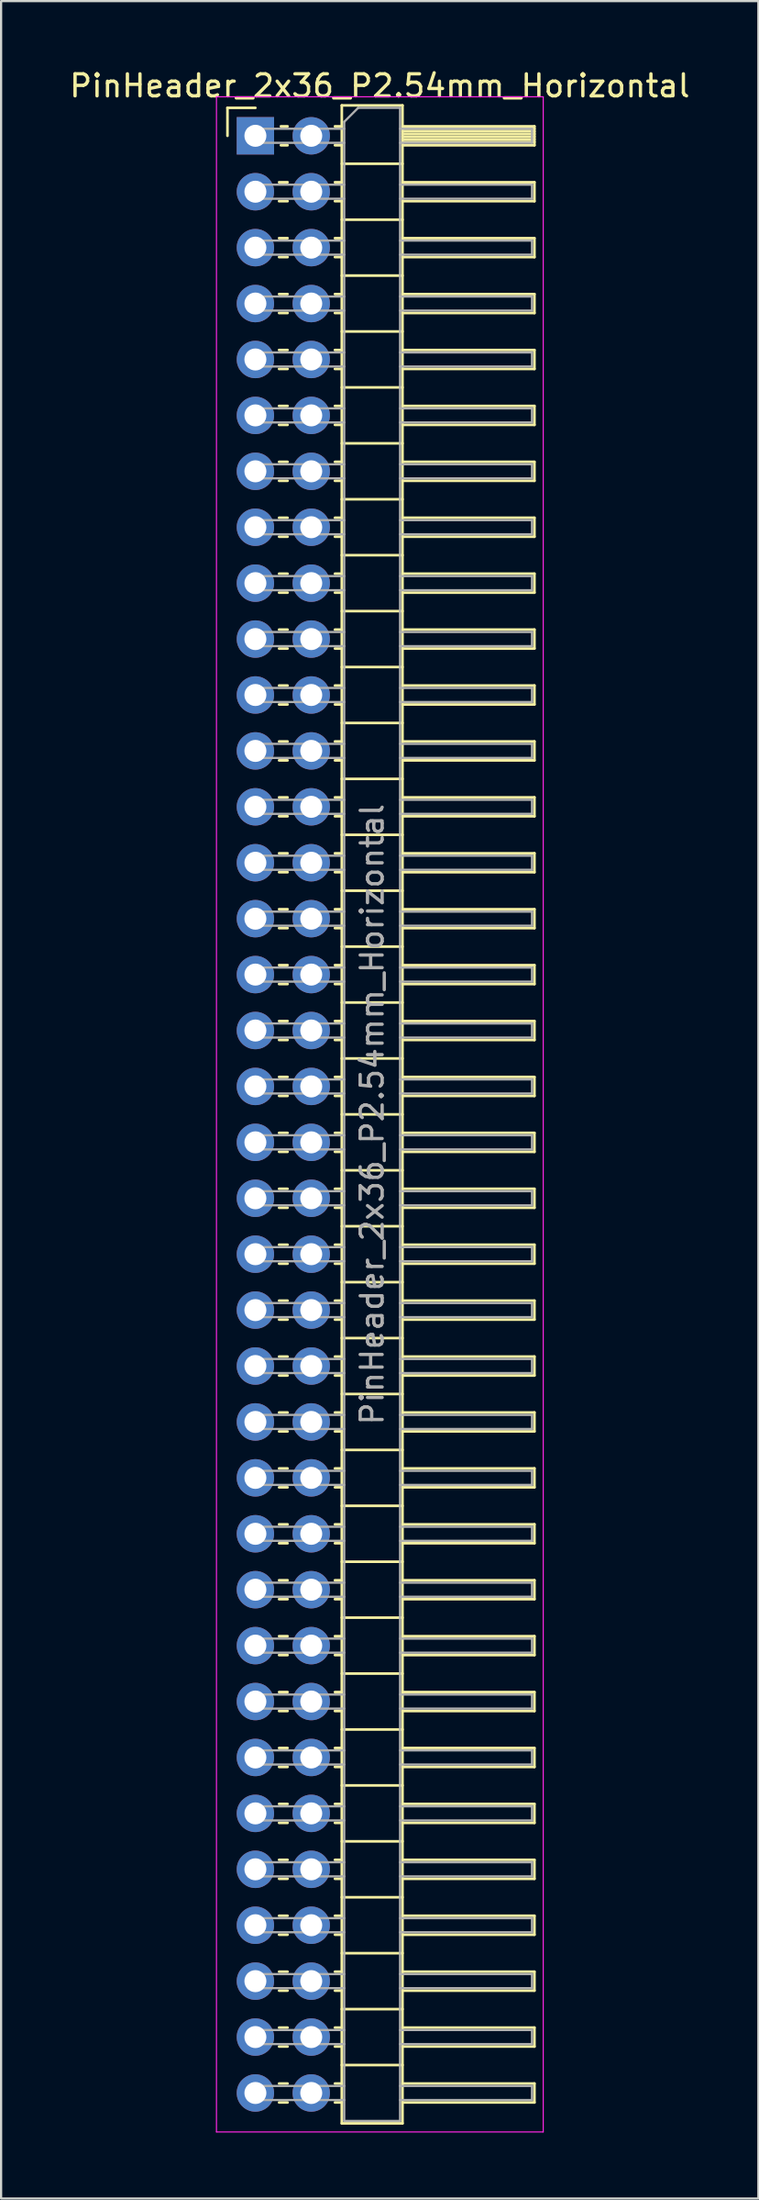
<source format=kicad_pcb>
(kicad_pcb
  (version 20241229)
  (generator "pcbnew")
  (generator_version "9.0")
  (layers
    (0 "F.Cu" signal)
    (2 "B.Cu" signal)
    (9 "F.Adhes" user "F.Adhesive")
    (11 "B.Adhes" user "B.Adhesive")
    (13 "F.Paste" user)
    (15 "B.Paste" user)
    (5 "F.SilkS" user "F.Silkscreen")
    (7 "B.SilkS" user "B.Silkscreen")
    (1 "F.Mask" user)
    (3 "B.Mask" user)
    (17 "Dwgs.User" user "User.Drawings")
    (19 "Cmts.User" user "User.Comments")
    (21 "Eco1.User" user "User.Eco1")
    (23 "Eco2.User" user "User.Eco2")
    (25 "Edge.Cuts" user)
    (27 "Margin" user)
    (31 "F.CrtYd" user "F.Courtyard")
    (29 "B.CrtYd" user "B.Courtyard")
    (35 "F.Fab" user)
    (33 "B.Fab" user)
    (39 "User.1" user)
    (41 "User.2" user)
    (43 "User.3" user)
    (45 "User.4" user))
  (footprint "PinHeader_2x36_P2.54mm_Horizontal"
    (layer "F.Cu")
    (at 8.565 3.118)
    (property "Reference" "PinHeader_2x36_P2.54mm_Horizontal" (at 5.655 -2.27 0) (layer "F.SilkS") (effects (font (size 1 1) (thickness 0.15))))
    (attr through_hole)
    (fp_line (start -1.27 -1.27) (end 0 -1.27) (stroke (width 0.12) (type solid)) (layer "F.SilkS"))
    (fp_line (start -1.27 0) (end -1.27 -1.27) (stroke (width 0.12) (type solid)) (layer "F.SilkS"))
    (fp_line (start 1.077 2.11) (end 1.463 2.11) (stroke (width 0.12) (type solid)) (layer "F.SilkS"))
    (fp_line (start 1.077 2.97) (end 1.463 2.97) (stroke (width 0.12) (type solid)) (layer "F.SilkS"))
    (fp_line (start 1.077 4.65) (end 1.463 4.65) (stroke (width 0.12) (type solid)) (layer "F.SilkS"))
    (fp_line (start 1.077 5.51) (end 1.463 5.51) (stroke (width 0.12) (type solid)) (layer "F.SilkS"))
    (fp_line (start 1.077 7.19) (end 1.463 7.19) (stroke (width 0.12) (type solid)) (layer "F.SilkS"))
    (fp_line (start 1.077 8.05) (end 1.463 8.05) (stroke (width 0.12) (type solid)) (layer "F.SilkS"))
    (fp_line (start 1.077 9.73) (end 1.463 9.73) (stroke (width 0.12) (type solid)) (layer "F.SilkS"))
    (fp_line (start 1.077 10.59) (end 1.463 10.59) (stroke (width 0.12) (type solid)) (layer "F.SilkS"))
    (fp_line (start 1.077 12.27) (end 1.463 12.27) (stroke (width 0.12) (type solid)) (layer "F.SilkS"))
    (fp_line (start 1.077 13.13) (end 1.463 13.13) (stroke (width 0.12) (type solid)) (layer "F.SilkS"))
    (fp_line (start 1.077 14.81) (end 1.463 14.81) (stroke (width 0.12) (type solid)) (layer "F.SilkS"))
    (fp_line (start 1.077 15.67) (end 1.463 15.67) (stroke (width 0.12) (type solid)) (layer "F.SilkS"))
    (fp_line (start 1.077 17.35) (end 1.463 17.35) (stroke (width 0.12) (type solid)) (layer "F.SilkS"))
    (fp_line (start 1.077 18.21) (end 1.463 18.21) (stroke (width 0.12) (type solid)) (layer "F.SilkS"))
    (fp_line (start 1.077 19.89) (end 1.463 19.89) (stroke (width 0.12) (type solid)) (layer "F.SilkS"))
    (fp_line (start 1.077 20.75) (end 1.463 20.75) (stroke (width 0.12) (type solid)) (layer "F.SilkS"))
    (fp_line (start 1.077 22.43) (end 1.463 22.43) (stroke (width 0.12) (type solid)) (layer "F.SilkS"))
    (fp_line (start 1.077 23.29) (end 1.463 23.29) (stroke (width 0.12) (type solid)) (layer "F.SilkS"))
    (fp_line (start 1.077 24.97) (end 1.463 24.97) (stroke (width 0.12) (type solid)) (layer "F.SilkS"))
    (fp_line (start 1.077 25.83) (end 1.463 25.83) (stroke (width 0.12) (type solid)) (layer "F.SilkS"))
    (fp_line (start 1.077 27.51) (end 1.463 27.51) (stroke (width 0.12) (type solid)) (layer "F.SilkS"))
    (fp_line (start 1.077 28.37) (end 1.463 28.37) (stroke (width 0.12) (type solid)) (layer "F.SilkS"))
    (fp_line (start 1.077 30.05) (end 1.463 30.05) (stroke (width 0.12) (type solid)) (layer "F.SilkS"))
    (fp_line (start 1.077 30.91) (end 1.463 30.91) (stroke (width 0.12) (type solid)) (layer "F.SilkS"))
    (fp_line (start 1.077 32.59) (end 1.463 32.59) (stroke (width 0.12) (type solid)) (layer "F.SilkS"))
    (fp_line (start 1.077 33.45) (end 1.463 33.45) (stroke (width 0.12) (type solid)) (layer "F.SilkS"))
    (fp_line (start 1.077 35.13) (end 1.463 35.13) (stroke (width 0.12) (type solid)) (layer "F.SilkS"))
    (fp_line (start 1.077 35.99) (end 1.463 35.99) (stroke (width 0.12) (type solid)) (layer "F.SilkS"))
    (fp_line (start 1.077 37.67) (end 1.463 37.67) (stroke (width 0.12) (type solid)) (layer "F.SilkS"))
    (fp_line (start 1.077 38.53) (end 1.463 38.53) (stroke (width 0.12) (type solid)) (layer "F.SilkS"))
    (fp_line (start 1.077 40.21) (end 1.463 40.21) (stroke (width 0.12) (type solid)) (layer "F.SilkS"))
    (fp_line (start 1.077 41.07) (end 1.463 41.07) (stroke (width 0.12) (type solid)) (layer "F.SilkS"))
    (fp_line (start 1.077 42.75) (end 1.463 42.75) (stroke (width 0.12) (type solid)) (layer "F.SilkS"))
    (fp_line (start 1.077 43.61) (end 1.463 43.61) (stroke (width 0.12) (type solid)) (layer "F.SilkS"))
    (fp_line (start 1.077 45.29) (end 1.463 45.29) (stroke (width 0.12) (type solid)) (layer "F.SilkS"))
    (fp_line (start 1.077 46.15) (end 1.463 46.15) (stroke (width 0.12) (type solid)) (layer "F.SilkS"))
    (fp_line (start 1.077 47.83) (end 1.463 47.83) (stroke (width 0.12) (type solid)) (layer "F.SilkS"))
    (fp_line (start 1.077 48.69) (end 1.463 48.69) (stroke (width 0.12) (type solid)) (layer "F.SilkS"))
    (fp_line (start 1.077 50.37) (end 1.463 50.37) (stroke (width 0.12) (type solid)) (layer "F.SilkS"))
    (fp_line (start 1.077 51.23) (end 1.463 51.23) (stroke (width 0.12) (type solid)) (layer "F.SilkS"))
    (fp_line (start 1.077 52.91) (end 1.463 52.91) (stroke (width 0.12) (type solid)) (layer "F.SilkS"))
    (fp_line (start 1.077 53.77) (end 1.463 53.77) (stroke (width 0.12) (type solid)) (layer "F.SilkS"))
    (fp_line (start 1.077 55.45) (end 1.463 55.45) (stroke (width 0.12) (type solid)) (layer "F.SilkS"))
    (fp_line (start 1.077 56.31) (end 1.463 56.31) (stroke (width 0.12) (type solid)) (layer "F.SilkS"))
    (fp_line (start 1.077 57.99) (end 1.463 57.99) (stroke (width 0.12) (type solid)) (layer "F.SilkS"))
    (fp_line (start 1.077 58.85) (end 1.463 58.85) (stroke (width 0.12) (type solid)) (layer "F.SilkS"))
    (fp_line (start 1.077 60.53) (end 1.463 60.53) (stroke (width 0.12) (type solid)) (layer "F.SilkS"))
    (fp_line (start 1.077 61.39) (end 1.463 61.39) (stroke (width 0.12) (type solid)) (layer "F.SilkS"))
    (fp_line (start 1.077 63.07) (end 1.463 63.07) (stroke (width 0.12) (type solid)) (layer "F.SilkS"))
    (fp_line (start 1.077 63.93) (end 1.463 63.93) (stroke (width 0.12) (type solid)) (layer "F.SilkS"))
    (fp_line (start 1.077 65.61) (end 1.463 65.61) (stroke (width 0.12) (type solid)) (layer "F.SilkS"))
    (fp_line (start 1.077 66.47) (end 1.463 66.47) (stroke (width 0.12) (type solid)) (layer "F.SilkS"))
    (fp_line (start 1.077 68.15) (end 1.463 68.15) (stroke (width 0.12) (type solid)) (layer "F.SilkS"))
    (fp_line (start 1.077 69.01) (end 1.463 69.01) (stroke (width 0.12) (type solid)) (layer "F.SilkS"))
    (fp_line (start 1.077 70.69) (end 1.463 70.69) (stroke (width 0.12) (type solid)) (layer "F.SilkS"))
    (fp_line (start 1.077 71.55) (end 1.463 71.55) (stroke (width 0.12) (type solid)) (layer "F.SilkS"))
    (fp_line (start 1.077 73.23) (end 1.463 73.23) (stroke (width 0.12) (type solid)) (layer "F.SilkS"))
    (fp_line (start 1.077 74.09) (end 1.463 74.09) (stroke (width 0.12) (type solid)) (layer "F.SilkS"))
    (fp_line (start 1.077 75.77) (end 1.463 75.77) (stroke (width 0.12) (type solid)) (layer "F.SilkS"))
    (fp_line (start 1.077 76.63) (end 1.463 76.63) (stroke (width 0.12) (type solid)) (layer "F.SilkS"))
    (fp_line (start 1.077 78.31) (end 1.463 78.31) (stroke (width 0.12) (type solid)) (layer "F.SilkS"))
    (fp_line (start 1.077 79.17) (end 1.463 79.17) (stroke (width 0.12) (type solid)) (layer "F.SilkS"))
    (fp_line (start 1.077 80.85) (end 1.463 80.85) (stroke (width 0.12) (type solid)) (layer "F.SilkS"))
    (fp_line (start 1.077 81.71) (end 1.463 81.71) (stroke (width 0.12) (type solid)) (layer "F.SilkS"))
    (fp_line (start 1.077 83.39) (end 1.463 83.39) (stroke (width 0.12) (type solid)) (layer "F.SilkS"))
    (fp_line (start 1.077 84.25) (end 1.463 84.25) (stroke (width 0.12) (type solid)) (layer "F.SilkS"))
    (fp_line (start 1.077 85.93) (end 1.463 85.93) (stroke (width 0.12) (type solid)) (layer "F.SilkS"))
    (fp_line (start 1.077 86.79) (end 1.463 86.79) (stroke (width 0.12) (type solid)) (layer "F.SilkS"))
    (fp_line (start 1.077 88.47) (end 1.463 88.47) (stroke (width 0.12) (type solid)) (layer "F.SilkS"))
    (fp_line (start 1.077 89.33) (end 1.463 89.33) (stroke (width 0.12) (type solid)) (layer "F.SilkS"))
    (fp_line (start 1.16 -0.43) (end 1.463 -0.43) (stroke (width 0.12) (type solid)) (layer "F.SilkS"))
    (fp_line (start 1.16 0.43) (end 1.463 0.43) (stroke (width 0.12) (type solid)) (layer "F.SilkS"))
    (fp_line (start 3.617 -0.43) (end 3.93 -0.43) (stroke (width 0.12) (type solid)) (layer "F.SilkS"))
    (fp_line (start 3.617 0.43) (end 3.93 0.43) (stroke (width 0.12) (type solid)) (layer "F.SilkS"))
    (fp_line (start 3.617 2.11) (end 3.93 2.11) (stroke (width 0.12) (type solid)) (layer "F.SilkS"))
    (fp_line (start 3.617 2.97) (end 3.93 2.97) (stroke (width 0.12) (type solid)) (layer "F.SilkS"))
    (fp_line (start 3.617 4.65) (end 3.93 4.65) (stroke (width 0.12) (type solid)) (layer "F.SilkS"))
    (fp_line (start 3.617 5.51) (end 3.93 5.51) (stroke (width 0.12) (type solid)) (layer "F.SilkS"))
    (fp_line (start 3.617 7.19) (end 3.93 7.19) (stroke (width 0.12) (type solid)) (layer "F.SilkS"))
    (fp_line (start 3.617 8.05) (end 3.93 8.05) (stroke (width 0.12) (type solid)) (layer "F.SilkS"))
    (fp_line (start 3.617 9.73) (end 3.93 9.73) (stroke (width 0.12) (type solid)) (layer "F.SilkS"))
    (fp_line (start 3.617 10.59) (end 3.93 10.59) (stroke (width 0.12) (type solid)) (layer "F.SilkS"))
    (fp_line (start 3.617 12.27) (end 3.93 12.27) (stroke (width 0.12) (type solid)) (layer "F.SilkS"))
    (fp_line (start 3.617 13.13) (end 3.93 13.13) (stroke (width 0.12) (type solid)) (layer "F.SilkS"))
    (fp_line (start 3.617 14.81) (end 3.93 14.81) (stroke (width 0.12) (type solid)) (layer "F.SilkS"))
    (fp_line (start 3.617 15.67) (end 3.93 15.67) (stroke (width 0.12) (type solid)) (layer "F.SilkS"))
    (fp_line (start 3.617 17.35) (end 3.93 17.35) (stroke (width 0.12) (type solid)) (layer "F.SilkS"))
    (fp_line (start 3.617 18.21) (end 3.93 18.21) (stroke (width 0.12) (type solid)) (layer "F.SilkS"))
    (fp_line (start 3.617 19.89) (end 3.93 19.89) (stroke (width 0.12) (type solid)) (layer "F.SilkS"))
    (fp_line (start 3.617 20.75) (end 3.93 20.75) (stroke (width 0.12) (type solid)) (layer "F.SilkS"))
    (fp_line (start 3.617 22.43) (end 3.93 22.43) (stroke (width 0.12) (type solid)) (layer "F.SilkS"))
    (fp_line (start 3.617 23.29) (end 3.93 23.29) (stroke (width 0.12) (type solid)) (layer "F.SilkS"))
    (fp_line (start 3.617 24.97) (end 3.93 24.97) (stroke (width 0.12) (type solid)) (layer "F.SilkS"))
    (fp_line (start 3.617 25.83) (end 3.93 25.83) (stroke (width 0.12) (type solid)) (layer "F.SilkS"))
    (fp_line (start 3.617 27.51) (end 3.93 27.51) (stroke (width 0.12) (type solid)) (layer "F.SilkS"))
    (fp_line (start 3.617 28.37) (end 3.93 28.37) (stroke (width 0.12) (type solid)) (layer "F.SilkS"))
    (fp_line (start 3.617 30.05) (end 3.93 30.05) (stroke (width 0.12) (type solid)) (layer "F.SilkS"))
    (fp_line (start 3.617 30.91) (end 3.93 30.91) (stroke (width 0.12) (type solid)) (layer "F.SilkS"))
    (fp_line (start 3.617 32.59) (end 3.93 32.59) (stroke (width 0.12) (type solid)) (layer "F.SilkS"))
    (fp_line (start 3.617 33.45) (end 3.93 33.45) (stroke (width 0.12) (type solid)) (layer "F.SilkS"))
    (fp_line (start 3.617 35.13) (end 3.93 35.13) (stroke (width 0.12) (type solid)) (layer "F.SilkS"))
    (fp_line (start 3.617 35.99) (end 3.93 35.99) (stroke (width 0.12) (type solid)) (layer "F.SilkS"))
    (fp_line (start 3.617 37.67) (end 3.93 37.67) (stroke (width 0.12) (type solid)) (layer "F.SilkS"))
    (fp_line (start 3.617 38.53) (end 3.93 38.53) (stroke (width 0.12) (type solid)) (layer "F.SilkS"))
    (fp_line (start 3.617 40.21) (end 3.93 40.21) (stroke (width 0.12) (type solid)) (layer "F.SilkS"))
    (fp_line (start 3.617 41.07) (end 3.93 41.07) (stroke (width 0.12) (type solid)) (layer "F.SilkS"))
    (fp_line (start 3.617 42.75) (end 3.93 42.75) (stroke (width 0.12) (type solid)) (layer "F.SilkS"))
    (fp_line (start 3.617 43.61) (end 3.93 43.61) (stroke (width 0.12) (type solid)) (layer "F.SilkS"))
    (fp_line (start 3.617 45.29) (end 3.93 45.29) (stroke (width 0.12) (type solid)) (layer "F.SilkS"))
    (fp_line (start 3.617 46.15) (end 3.93 46.15) (stroke (width 0.12) (type solid)) (layer "F.SilkS"))
    (fp_line (start 3.617 47.83) (end 3.93 47.83) (stroke (width 0.12) (type solid)) (layer "F.SilkS"))
    (fp_line (start 3.617 48.69) (end 3.93 48.69) (stroke (width 0.12) (type solid)) (layer "F.SilkS"))
    (fp_line (start 3.617 50.37) (end 3.93 50.37) (stroke (width 0.12) (type solid)) (layer "F.SilkS"))
    (fp_line (start 3.617 51.23) (end 3.93 51.23) (stroke (width 0.12) (type solid)) (layer "F.SilkS"))
    (fp_line (start 3.617 52.91) (end 3.93 52.91) (stroke (width 0.12) (type solid)) (layer "F.SilkS"))
    (fp_line (start 3.617 53.77) (end 3.93 53.77) (stroke (width 0.12) (type solid)) (layer "F.SilkS"))
    (fp_line (start 3.617 55.45) (end 3.93 55.45) (stroke (width 0.12) (type solid)) (layer "F.SilkS"))
    (fp_line (start 3.617 56.31) (end 3.93 56.31) (stroke (width 0.12) (type solid)) (layer "F.SilkS"))
    (fp_line (start 3.617 57.99) (end 3.93 57.99) (stroke (width 0.12) (type solid)) (layer "F.SilkS"))
    (fp_line (start 3.617 58.85) (end 3.93 58.85) (stroke (width 0.12) (type solid)) (layer "F.SilkS"))
    (fp_line (start 3.617 60.53) (end 3.93 60.53) (stroke (width 0.12) (type solid)) (layer "F.SilkS"))
    (fp_line (start 3.617 61.39) (end 3.93 61.39) (stroke (width 0.12) (type solid)) (layer "F.SilkS"))
    (fp_line (start 3.617 63.07) (end 3.93 63.07) (stroke (width 0.12) (type solid)) (layer "F.SilkS"))
    (fp_line (start 3.617 63.93) (end 3.93 63.93) (stroke (width 0.12) (type solid)) (layer "F.SilkS"))
    (fp_line (start 3.617 65.61) (end 3.93 65.61) (stroke (width 0.12) (type solid)) (layer "F.SilkS"))
    (fp_line (start 3.617 66.47) (end 3.93 66.47) (stroke (width 0.12) (type solid)) (layer "F.SilkS"))
    (fp_line (start 3.617 68.15) (end 3.93 68.15) (stroke (width 0.12) (type solid)) (layer "F.SilkS"))
    (fp_line (start 3.617 69.01) (end 3.93 69.01) (stroke (width 0.12) (type solid)) (layer "F.SilkS"))
    (fp_line (start 3.617 70.69) (end 3.93 70.69) (stroke (width 0.12) (type solid)) (layer "F.SilkS"))
    (fp_line (start 3.617 71.55) (end 3.93 71.55) (stroke (width 0.12) (type solid)) (layer "F.SilkS"))
    (fp_line (start 3.617 73.23) (end 3.93 73.23) (stroke (width 0.12) (type solid)) (layer "F.SilkS"))
    (fp_line (start 3.617 74.09) (end 3.93 74.09) (stroke (width 0.12) (type solid)) (layer "F.SilkS"))
    (fp_line (start 3.617 75.77) (end 3.93 75.77) (stroke (width 0.12) (type solid)) (layer "F.SilkS"))
    (fp_line (start 3.617 76.63) (end 3.93 76.63) (stroke (width 0.12) (type solid)) (layer "F.SilkS"))
    (fp_line (start 3.617 78.31) (end 3.93 78.31) (stroke (width 0.12) (type solid)) (layer "F.SilkS"))
    (fp_line (start 3.617 79.17) (end 3.93 79.17) (stroke (width 0.12) (type solid)) (layer "F.SilkS"))
    (fp_line (start 3.617 80.85) (end 3.93 80.85) (stroke (width 0.12) (type solid)) (layer "F.SilkS"))
    (fp_line (start 3.617 81.71) (end 3.93 81.71) (stroke (width 0.12) (type solid)) (layer "F.SilkS"))
    (fp_line (start 3.617 83.39) (end 3.93 83.39) (stroke (width 0.12) (type solid)) (layer "F.SilkS"))
    (fp_line (start 3.617 84.25) (end 3.93 84.25) (stroke (width 0.12) (type solid)) (layer "F.SilkS"))
    (fp_line (start 3.617 85.93) (end 3.93 85.93) (stroke (width 0.12) (type solid)) (layer "F.SilkS"))
    (fp_line (start 3.617 86.79) (end 3.93 86.79) (stroke (width 0.12) (type solid)) (layer "F.SilkS"))
    (fp_line (start 3.617 88.47) (end 3.93 88.47) (stroke (width 0.12) (type solid)) (layer "F.SilkS"))
    (fp_line (start 3.617 89.33) (end 3.93 89.33) (stroke (width 0.12) (type solid)) (layer "F.SilkS"))
    (fp_line (start 3.93 -1.38) (end 3.93 90.28) (stroke (width 0.12) (type solid)) (layer "F.SilkS"))
    (fp_line (start 3.93 1.27) (end 6.69 1.27) (stroke (width 0.12) (type solid)) (layer "F.SilkS"))
    (fp_line (start 3.93 3.81) (end 6.69 3.81) (stroke (width 0.12) (type solid)) (layer "F.SilkS"))
    (fp_line (start 3.93 6.35) (end 6.69 6.35) (stroke (width 0.12) (type solid)) (layer "F.SilkS"))
    (fp_line (start 3.93 8.89) (end 6.69 8.89) (stroke (width 0.12) (type solid)) (layer "F.SilkS"))
    (fp_line (start 3.93 11.43) (end 6.69 11.43) (stroke (width 0.12) (type solid)) (layer "F.SilkS"))
    (fp_line (start 3.93 13.97) (end 6.69 13.97) (stroke (width 0.12) (type solid)) (layer "F.SilkS"))
    (fp_line (start 3.93 16.51) (end 6.69 16.51) (stroke (width 0.12) (type solid)) (layer "F.SilkS"))
    (fp_line (start 3.93 19.05) (end 6.69 19.05) (stroke (width 0.12) (type solid)) (layer "F.SilkS"))
    (fp_line (start 3.93 21.59) (end 6.69 21.59) (stroke (width 0.12) (type solid)) (layer "F.SilkS"))
    (fp_line (start 3.93 24.13) (end 6.69 24.13) (stroke (width 0.12) (type solid)) (layer "F.SilkS"))
    (fp_line (start 3.93 26.67) (end 6.69 26.67) (stroke (width 0.12) (type solid)) (layer "F.SilkS"))
    (fp_line (start 3.93 29.21) (end 6.69 29.21) (stroke (width 0.12) (type solid)) (layer "F.SilkS"))
    (fp_line (start 3.93 31.75) (end 6.69 31.75) (stroke (width 0.12) (type solid)) (layer "F.SilkS"))
    (fp_line (start 3.93 34.29) (end 6.69 34.29) (stroke (width 0.12) (type solid)) (layer "F.SilkS"))
    (fp_line (start 3.93 36.83) (end 6.69 36.83) (stroke (width 0.12) (type solid)) (layer "F.SilkS"))
    (fp_line (start 3.93 39.37) (end 6.69 39.37) (stroke (width 0.12) (type solid)) (layer "F.SilkS"))
    (fp_line (start 3.93 41.91) (end 6.69 41.91) (stroke (width 0.12) (type solid)) (layer "F.SilkS"))
    (fp_line (start 3.93 44.45) (end 6.69 44.45) (stroke (width 0.12) (type solid)) (layer "F.SilkS"))
    (fp_line (start 3.93 46.99) (end 6.69 46.99) (stroke (width 0.12) (type solid)) (layer "F.SilkS"))
    (fp_line (start 3.93 49.53) (end 6.69 49.53) (stroke (width 0.12) (type solid)) (layer "F.SilkS"))
    (fp_line (start 3.93 52.07) (end 6.69 52.07) (stroke (width 0.12) (type solid)) (layer "F.SilkS"))
    (fp_line (start 3.93 54.61) (end 6.69 54.61) (stroke (width 0.12) (type solid)) (layer "F.SilkS"))
    (fp_line (start 3.93 57.15) (end 6.69 57.15) (stroke (width 0.12) (type solid)) (layer "F.SilkS"))
    (fp_line (start 3.93 59.69) (end 6.69 59.69) (stroke (width 0.12) (type solid)) (layer "F.SilkS"))
    (fp_line (start 3.93 62.23) (end 6.69 62.23) (stroke (width 0.12) (type solid)) (layer "F.SilkS"))
    (fp_line (start 3.93 64.77) (end 6.69 64.77) (stroke (width 0.12) (type solid)) (layer "F.SilkS"))
    (fp_line (start 3.93 67.31) (end 6.69 67.31) (stroke (width 0.12) (type solid)) (layer "F.SilkS"))
    (fp_line (start 3.93 69.85) (end 6.69 69.85) (stroke (width 0.12) (type solid)) (layer "F.SilkS"))
    (fp_line (start 3.93 72.39) (end 6.69 72.39) (stroke (width 0.12) (type solid)) (layer "F.SilkS"))
    (fp_line (start 3.93 74.93) (end 6.69 74.93) (stroke (width 0.12) (type solid)) (layer "F.SilkS"))
    (fp_line (start 3.93 77.47) (end 6.69 77.47) (stroke (width 0.12) (type solid)) (layer "F.SilkS"))
    (fp_line (start 3.93 80.01) (end 6.69 80.01) (stroke (width 0.12) (type solid)) (layer "F.SilkS"))
    (fp_line (start 3.93 82.55) (end 6.69 82.55) (stroke (width 0.12) (type solid)) (layer "F.SilkS"))
    (fp_line (start 3.93 85.09) (end 6.69 85.09) (stroke (width 0.12) (type solid)) (layer "F.SilkS"))
    (fp_line (start 3.93 87.63) (end 6.69 87.63) (stroke (width 0.12) (type solid)) (layer "F.SilkS"))
    (fp_line (start 3.93 90.28) (end 6.69 90.28) (stroke (width 0.12) (type solid)) (layer "F.SilkS"))
    (fp_line (start 6.69 -1.38) (end 3.93 -1.38) (stroke (width 0.12) (type solid)) (layer "F.SilkS"))
    (fp_line (start 6.69 -0.43) (end 12.69 -0.43) (stroke (width 0.12) (type solid)) (layer "F.SilkS"))
    (fp_line (start 6.69 -0.32) (end 12.69 -0.32) (stroke (width 0.12) (type solid)) (layer "F.SilkS"))
    (fp_line (start 6.69 -0.2) (end 12.69 -0.2) (stroke (width 0.12) (type solid)) (layer "F.SilkS"))
    (fp_line (start 6.69 -0.08) (end 12.69 -0.08) (stroke (width 0.12) (type solid)) (layer "F.SilkS"))
    (fp_line (start 6.69 0.04) (end 12.69 0.04) (stroke (width 0.12) (type solid)) (layer "F.SilkS"))
    (fp_line (start 6.69 0.16) (end 12.69 0.16) (stroke (width 0.12) (type solid)) (layer "F.SilkS"))
    (fp_line (start 6.69 0.28) (end 12.69 0.28) (stroke (width 0.12) (type solid)) (layer "F.SilkS"))
    (fp_line (start 6.69 2.11) (end 12.69 2.11) (stroke (width 0.12) (type solid)) (layer "F.SilkS"))
    (fp_line (start 6.69 4.65) (end 12.69 4.65) (stroke (width 0.12) (type solid)) (layer "F.SilkS"))
    (fp_line (start 6.69 7.19) (end 12.69 7.19) (stroke (width 0.12) (type solid)) (layer "F.SilkS"))
    (fp_line (start 6.69 9.73) (end 12.69 9.73) (stroke (width 0.12) (type solid)) (layer "F.SilkS"))
    (fp_line (start 6.69 12.27) (end 12.69 12.27) (stroke (width 0.12) (type solid)) (layer "F.SilkS"))
    (fp_line (start 6.69 14.81) (end 12.69 14.81) (stroke (width 0.12) (type solid)) (layer "F.SilkS"))
    (fp_line (start 6.69 17.35) (end 12.69 17.35) (stroke (width 0.12) (type solid)) (layer "F.SilkS"))
    (fp_line (start 6.69 19.89) (end 12.69 19.89) (stroke (width 0.12) (type solid)) (layer "F.SilkS"))
    (fp_line (start 6.69 22.43) (end 12.69 22.43) (stroke (width 0.12) (type solid)) (layer "F.SilkS"))
    (fp_line (start 6.69 24.97) (end 12.69 24.97) (stroke (width 0.12) (type solid)) (layer "F.SilkS"))
    (fp_line (start 6.69 27.51) (end 12.69 27.51) (stroke (width 0.12) (type solid)) (layer "F.SilkS"))
    (fp_line (start 6.69 30.05) (end 12.69 30.05) (stroke (width 0.12) (type solid)) (layer "F.SilkS"))
    (fp_line (start 6.69 32.59) (end 12.69 32.59) (stroke (width 0.12) (type solid)) (layer "F.SilkS"))
    (fp_line (start 6.69 35.13) (end 12.69 35.13) (stroke (width 0.12) (type solid)) (layer "F.SilkS"))
    (fp_line (start 6.69 37.67) (end 12.69 37.67) (stroke (width 0.12) (type solid)) (layer "F.SilkS"))
    (fp_line (start 6.69 40.21) (end 12.69 40.21) (stroke (width 0.12) (type solid)) (layer "F.SilkS"))
    (fp_line (start 6.69 42.75) (end 12.69 42.75) (stroke (width 0.12) (type solid)) (layer "F.SilkS"))
    (fp_line (start 6.69 45.29) (end 12.69 45.29) (stroke (width 0.12) (type solid)) (layer "F.SilkS"))
    (fp_line (start 6.69 47.83) (end 12.69 47.83) (stroke (width 0.12) (type solid)) (layer "F.SilkS"))
    (fp_line (start 6.69 50.37) (end 12.69 50.37) (stroke (width 0.12) (type solid)) (layer "F.SilkS"))
    (fp_line (start 6.69 52.91) (end 12.69 52.91) (stroke (width 0.12) (type solid)) (layer "F.SilkS"))
    (fp_line (start 6.69 55.45) (end 12.69 55.45) (stroke (width 0.12) (type solid)) (layer "F.SilkS"))
    (fp_line (start 6.69 57.99) (end 12.69 57.99) (stroke (width 0.12) (type solid)) (layer "F.SilkS"))
    (fp_line (start 6.69 60.53) (end 12.69 60.53) (stroke (width 0.12) (type solid)) (layer "F.SilkS"))
    (fp_line (start 6.69 63.07) (end 12.69 63.07) (stroke (width 0.12) (type solid)) (layer "F.SilkS"))
    (fp_line (start 6.69 65.61) (end 12.69 65.61) (stroke (width 0.12) (type solid)) (layer "F.SilkS"))
    (fp_line (start 6.69 68.15) (end 12.69 68.15) (stroke (width 0.12) (type solid)) (layer "F.SilkS"))
    (fp_line (start 6.69 70.69) (end 12.69 70.69) (stroke (width 0.12) (type solid)) (layer "F.SilkS"))
    (fp_line (start 6.69 73.23) (end 12.69 73.23) (stroke (width 0.12) (type solid)) (layer "F.SilkS"))
    (fp_line (start 6.69 75.77) (end 12.69 75.77) (stroke (width 0.12) (type solid)) (layer "F.SilkS"))
    (fp_line (start 6.69 78.31) (end 12.69 78.31) (stroke (width 0.12) (type solid)) (layer "F.SilkS"))
    (fp_line (start 6.69 80.85) (end 12.69 80.85) (stroke (width 0.12) (type solid)) (layer "F.SilkS"))
    (fp_line (start 6.69 83.39) (end 12.69 83.39) (stroke (width 0.12) (type solid)) (layer "F.SilkS"))
    (fp_line (start 6.69 85.93) (end 12.69 85.93) (stroke (width 0.12) (type solid)) (layer "F.SilkS"))
    (fp_line (start 6.69 88.47) (end 12.69 88.47) (stroke (width 0.12) (type solid)) (layer "F.SilkS"))
    (fp_line (start 6.69 90.28) (end 6.69 -1.38) (stroke (width 0.12) (type solid)) (layer "F.SilkS"))
    (fp_line (start 12.69 -0.43) (end 12.69 0.43) (stroke (width 0.12) (type solid)) (layer "F.SilkS"))
    (fp_line (start 12.69 0.43) (end 6.69 0.43) (stroke (width 0.12) (type solid)) (layer "F.SilkS"))
    (fp_line (start 12.69 2.11) (end 12.69 2.97) (stroke (width 0.12) (type solid)) (layer "F.SilkS"))
    (fp_line (start 12.69 2.97) (end 6.69 2.97) (stroke (width 0.12) (type solid)) (layer "F.SilkS"))
    (fp_line (start 12.69 4.65) (end 12.69 5.51) (stroke (width 0.12) (type solid)) (layer "F.SilkS"))
    (fp_line (start 12.69 5.51) (end 6.69 5.51) (stroke (width 0.12) (type solid)) (layer "F.SilkS"))
    (fp_line (start 12.69 7.19) (end 12.69 8.05) (stroke (width 0.12) (type solid)) (layer "F.SilkS"))
    (fp_line (start 12.69 8.05) (end 6.69 8.05) (stroke (width 0.12) (type solid)) (layer "F.SilkS"))
    (fp_line (start 12.69 9.73) (end 12.69 10.59) (stroke (width 0.12) (type solid)) (layer "F.SilkS"))
    (fp_line (start 12.69 10.59) (end 6.69 10.59) (stroke (width 0.12) (type solid)) (layer "F.SilkS"))
    (fp_line (start 12.69 12.27) (end 12.69 13.13) (stroke (width 0.12) (type solid)) (layer "F.SilkS"))
    (fp_line (start 12.69 13.13) (end 6.69 13.13) (stroke (width 0.12) (type solid)) (layer "F.SilkS"))
    (fp_line (start 12.69 14.81) (end 12.69 15.67) (stroke (width 0.12) (type solid)) (layer "F.SilkS"))
    (fp_line (start 12.69 15.67) (end 6.69 15.67) (stroke (width 0.12) (type solid)) (layer "F.SilkS"))
    (fp_line (start 12.69 17.35) (end 12.69 18.21) (stroke (width 0.12) (type solid)) (layer "F.SilkS"))
    (fp_line (start 12.69 18.21) (end 6.69 18.21) (stroke (width 0.12) (type solid)) (layer "F.SilkS"))
    (fp_line (start 12.69 19.89) (end 12.69 20.75) (stroke (width 0.12) (type solid)) (layer "F.SilkS"))
    (fp_line (start 12.69 20.75) (end 6.69 20.75) (stroke (width 0.12) (type solid)) (layer "F.SilkS"))
    (fp_line (start 12.69 22.43) (end 12.69 23.29) (stroke (width 0.12) (type solid)) (layer "F.SilkS"))
    (fp_line (start 12.69 23.29) (end 6.69 23.29) (stroke (width 0.12) (type solid)) (layer "F.SilkS"))
    (fp_line (start 12.69 24.97) (end 12.69 25.83) (stroke (width 0.12) (type solid)) (layer "F.SilkS"))
    (fp_line (start 12.69 25.83) (end 6.69 25.83) (stroke (width 0.12) (type solid)) (layer "F.SilkS"))
    (fp_line (start 12.69 27.51) (end 12.69 28.37) (stroke (width 0.12) (type solid)) (layer "F.SilkS"))
    (fp_line (start 12.69 28.37) (end 6.69 28.37) (stroke (width 0.12) (type solid)) (layer "F.SilkS"))
    (fp_line (start 12.69 30.05) (end 12.69 30.91) (stroke (width 0.12) (type solid)) (layer "F.SilkS"))
    (fp_line (start 12.69 30.91) (end 6.69 30.91) (stroke (width 0.12) (type solid)) (layer "F.SilkS"))
    (fp_line (start 12.69 32.59) (end 12.69 33.45) (stroke (width 0.12) (type solid)) (layer "F.SilkS"))
    (fp_line (start 12.69 33.45) (end 6.69 33.45) (stroke (width 0.12) (type solid)) (layer "F.SilkS"))
    (fp_line (start 12.69 35.13) (end 12.69 35.99) (stroke (width 0.12) (type solid)) (layer "F.SilkS"))
    (fp_line (start 12.69 35.99) (end 6.69 35.99) (stroke (width 0.12) (type solid)) (layer "F.SilkS"))
    (fp_line (start 12.69 37.67) (end 12.69 38.53) (stroke (width 0.12) (type solid)) (layer "F.SilkS"))
    (fp_line (start 12.69 38.53) (end 6.69 38.53) (stroke (width 0.12) (type solid)) (layer "F.SilkS"))
    (fp_line (start 12.69 40.21) (end 12.69 41.07) (stroke (width 0.12) (type solid)) (layer "F.SilkS"))
    (fp_line (start 12.69 41.07) (end 6.69 41.07) (stroke (width 0.12) (type solid)) (layer "F.SilkS"))
    (fp_line (start 12.69 42.75) (end 12.69 43.61) (stroke (width 0.12) (type solid)) (layer "F.SilkS"))
    (fp_line (start 12.69 43.61) (end 6.69 43.61) (stroke (width 0.12) (type solid)) (layer "F.SilkS"))
    (fp_line (start 12.69 45.29) (end 12.69 46.15) (stroke (width 0.12) (type solid)) (layer "F.SilkS"))
    (fp_line (start 12.69 46.15) (end 6.69 46.15) (stroke (width 0.12) (type solid)) (layer "F.SilkS"))
    (fp_line (start 12.69 47.83) (end 12.69 48.69) (stroke (width 0.12) (type solid)) (layer "F.SilkS"))
    (fp_line (start 12.69 48.69) (end 6.69 48.69) (stroke (width 0.12) (type solid)) (layer "F.SilkS"))
    (fp_line (start 12.69 50.37) (end 12.69 51.23) (stroke (width 0.12) (type solid)) (layer "F.SilkS"))
    (fp_line (start 12.69 51.23) (end 6.69 51.23) (stroke (width 0.12) (type solid)) (layer "F.SilkS"))
    (fp_line (start 12.69 52.91) (end 12.69 53.77) (stroke (width 0.12) (type solid)) (layer "F.SilkS"))
    (fp_line (start 12.69 53.77) (end 6.69 53.77) (stroke (width 0.12) (type solid)) (layer "F.SilkS"))
    (fp_line (start 12.69 55.45) (end 12.69 56.31) (stroke (width 0.12) (type solid)) (layer "F.SilkS"))
    (fp_line (start 12.69 56.31) (end 6.69 56.31) (stroke (width 0.12) (type solid)) (layer "F.SilkS"))
    (fp_line (start 12.69 57.99) (end 12.69 58.85) (stroke (width 0.12) (type solid)) (layer "F.SilkS"))
    (fp_line (start 12.69 58.85) (end 6.69 58.85) (stroke (width 0.12) (type solid)) (layer "F.SilkS"))
    (fp_line (start 12.69 60.53) (end 12.69 61.39) (stroke (width 0.12) (type solid)) (layer "F.SilkS"))
    (fp_line (start 12.69 61.39) (end 6.69 61.39) (stroke (width 0.12) (type solid)) (layer "F.SilkS"))
    (fp_line (start 12.69 63.07) (end 12.69 63.93) (stroke (width 0.12) (type solid)) (layer "F.SilkS"))
    (fp_line (start 12.69 63.93) (end 6.69 63.93) (stroke (width 0.12) (type solid)) (layer "F.SilkS"))
    (fp_line (start 12.69 65.61) (end 12.69 66.47) (stroke (width 0.12) (type solid)) (layer "F.SilkS"))
    (fp_line (start 12.69 66.47) (end 6.69 66.47) (stroke (width 0.12) (type solid)) (layer "F.SilkS"))
    (fp_line (start 12.69 68.15) (end 12.69 69.01) (stroke (width 0.12) (type solid)) (layer "F.SilkS"))
    (fp_line (start 12.69 69.01) (end 6.69 69.01) (stroke (width 0.12) (type solid)) (layer "F.SilkS"))
    (fp_line (start 12.69 70.69) (end 12.69 71.55) (stroke (width 0.12) (type solid)) (layer "F.SilkS"))
    (fp_line (start 12.69 71.55) (end 6.69 71.55) (stroke (width 0.12) (type solid)) (layer "F.SilkS"))
    (fp_line (start 12.69 73.23) (end 12.69 74.09) (stroke (width 0.12) (type solid)) (layer "F.SilkS"))
    (fp_line (start 12.69 74.09) (end 6.69 74.09) (stroke (width 0.12) (type solid)) (layer "F.SilkS"))
    (fp_line (start 12.69 75.77) (end 12.69 76.63) (stroke (width 0.12) (type solid)) (layer "F.SilkS"))
    (fp_line (start 12.69 76.63) (end 6.69 76.63) (stroke (width 0.12) (type solid)) (layer "F.SilkS"))
    (fp_line (start 12.69 78.31) (end 12.69 79.17) (stroke (width 0.12) (type solid)) (layer "F.SilkS"))
    (fp_line (start 12.69 79.17) (end 6.69 79.17) (stroke (width 0.12) (type solid)) (layer "F.SilkS"))
    (fp_line (start 12.69 80.85) (end 12.69 81.71) (stroke (width 0.12) (type solid)) (layer "F.SilkS"))
    (fp_line (start 12.69 81.71) (end 6.69 81.71) (stroke (width 0.12) (type solid)) (layer "F.SilkS"))
    (fp_line (start 12.69 83.39) (end 12.69 84.25) (stroke (width 0.12) (type solid)) (layer "F.SilkS"))
    (fp_line (start 12.69 84.25) (end 6.69 84.25) (stroke (width 0.12) (type solid)) (layer "F.SilkS"))
    (fp_line (start 12.69 85.93) (end 12.69 86.79) (stroke (width 0.12) (type solid)) (layer "F.SilkS"))
    (fp_line (start 12.69 86.79) (end 6.69 86.79) (stroke (width 0.12) (type solid)) (layer "F.SilkS"))
    (fp_line (start 12.69 88.47) (end 12.69 89.33) (stroke (width 0.12) (type solid)) (layer "F.SilkS"))
    (fp_line (start 12.69 89.33) (end 6.69 89.33) (stroke (width 0.12) (type solid)) (layer "F.SilkS"))
    (fp_line (start -1.77 -1.77) (end -1.77 90.67) (stroke (width 0.05) (type solid)) (layer "F.CrtYd"))
    (fp_line (start -1.77 90.67) (end 13.09 90.67) (stroke (width 0.05) (type solid)) (layer "F.CrtYd"))
    (fp_line (start 13.09 -1.77) (end -1.77 -1.77) (stroke (width 0.05) (type solid)) (layer "F.CrtYd"))
    (fp_line (start 13.09 90.67) (end 13.09 -1.77) (stroke (width 0.05) (type solid)) (layer "F.CrtYd"))
    (fp_line (start -0.32 -0.32) (end -0.32 0.32) (stroke (width 0.1) (type solid)) (layer "F.Fab"))
    (fp_line (start -0.32 -0.32) (end 4.04 -0.32) (stroke (width 0.1) (type solid)) (layer "F.Fab"))
    (fp_line (start -0.32 0.32) (end 4.04 0.32) (stroke (width 0.1) (type solid)) (layer "F.Fab"))
    (fp_line (start -0.32 2.22) (end -0.32 2.86) (stroke (width 0.1) (type solid)) (layer "F.Fab"))
    (fp_line (start -0.32 2.22) (end 4.04 2.22) (stroke (width 0.1) (type solid)) (layer "F.Fab"))
    (fp_line (start -0.32 2.86) (end 4.04 2.86) (stroke (width 0.1) (type solid)) (layer "F.Fab"))
    (fp_line (start -0.32 4.76) (end -0.32 5.4) (stroke (width 0.1) (type solid)) (layer "F.Fab"))
    (fp_line (start -0.32 4.76) (end 4.04 4.76) (stroke (width 0.1) (type solid)) (layer "F.Fab"))
    (fp_line (start -0.32 5.4) (end 4.04 5.4) (stroke (width 0.1) (type solid)) (layer "F.Fab"))
    (fp_line (start -0.32 7.3) (end -0.32 7.94) (stroke (width 0.1) (type solid)) (layer "F.Fab"))
    (fp_line (start -0.32 7.3) (end 4.04 7.3) (stroke (width 0.1) (type solid)) (layer "F.Fab"))
    (fp_line (start -0.32 7.94) (end 4.04 7.94) (stroke (width 0.1) (type solid)) (layer "F.Fab"))
    (fp_line (start -0.32 9.84) (end -0.32 10.48) (stroke (width 0.1) (type solid)) (layer "F.Fab"))
    (fp_line (start -0.32 9.84) (end 4.04 9.84) (stroke (width 0.1) (type solid)) (layer "F.Fab"))
    (fp_line (start -0.32 10.48) (end 4.04 10.48) (stroke (width 0.1) (type solid)) (layer "F.Fab"))
    (fp_line (start -0.32 12.38) (end -0.32 13.02) (stroke (width 0.1) (type solid)) (layer "F.Fab"))
    (fp_line (start -0.32 12.38) (end 4.04 12.38) (stroke (width 0.1) (type solid)) (layer "F.Fab"))
    (fp_line (start -0.32 13.02) (end 4.04 13.02) (stroke (width 0.1) (type solid)) (layer "F.Fab"))
    (fp_line (start -0.32 14.92) (end -0.32 15.56) (stroke (width 0.1) (type solid)) (layer "F.Fab"))
    (fp_line (start -0.32 14.92) (end 4.04 14.92) (stroke (width 0.1) (type solid)) (layer "F.Fab"))
    (fp_line (start -0.32 15.56) (end 4.04 15.56) (stroke (width 0.1) (type solid)) (layer "F.Fab"))
    (fp_line (start -0.32 17.46) (end -0.32 18.1) (stroke (width 0.1) (type solid)) (layer "F.Fab"))
    (fp_line (start -0.32 17.46) (end 4.04 17.46) (stroke (width 0.1) (type solid)) (layer "F.Fab"))
    (fp_line (start -0.32 18.1) (end 4.04 18.1) (stroke (width 0.1) (type solid)) (layer "F.Fab"))
    (fp_line (start -0.32 20) (end -0.32 20.64) (stroke (width 0.1) (type solid)) (layer "F.Fab"))
    (fp_line (start -0.32 20) (end 4.04 20) (stroke (width 0.1) (type solid)) (layer "F.Fab"))
    (fp_line (start -0.32 20.64) (end 4.04 20.64) (stroke (width 0.1) (type solid)) (layer "F.Fab"))
    (fp_line (start -0.32 22.54) (end -0.32 23.18) (stroke (width 0.1) (type solid)) (layer "F.Fab"))
    (fp_line (start -0.32 22.54) (end 4.04 22.54) (stroke (width 0.1) (type solid)) (layer "F.Fab"))
    (fp_line (start -0.32 23.18) (end 4.04 23.18) (stroke (width 0.1) (type solid)) (layer "F.Fab"))
    (fp_line (start -0.32 25.08) (end -0.32 25.72) (stroke (width 0.1) (type solid)) (layer "F.Fab"))
    (fp_line (start -0.32 25.08) (end 4.04 25.08) (stroke (width 0.1) (type solid)) (layer "F.Fab"))
    (fp_line (start -0.32 25.72) (end 4.04 25.72) (stroke (width 0.1) (type solid)) (layer "F.Fab"))
    (fp_line (start -0.32 27.62) (end -0.32 28.26) (stroke (width 0.1) (type solid)) (layer "F.Fab"))
    (fp_line (start -0.32 27.62) (end 4.04 27.62) (stroke (width 0.1) (type solid)) (layer "F.Fab"))
    (fp_line (start -0.32 28.26) (end 4.04 28.26) (stroke (width 0.1) (type solid)) (layer "F.Fab"))
    (fp_line (start -0.32 30.16) (end -0.32 30.8) (stroke (width 0.1) (type solid)) (layer "F.Fab"))
    (fp_line (start -0.32 30.16) (end 4.04 30.16) (stroke (width 0.1) (type solid)) (layer "F.Fab"))
    (fp_line (start -0.32 30.8) (end 4.04 30.8) (stroke (width 0.1) (type solid)) (layer "F.Fab"))
    (fp_line (start -0.32 32.7) (end -0.32 33.34) (stroke (width 0.1) (type solid)) (layer "F.Fab"))
    (fp_line (start -0.32 32.7) (end 4.04 32.7) (stroke (width 0.1) (type solid)) (layer "F.Fab"))
    (fp_line (start -0.32 33.34) (end 4.04 33.34) (stroke (width 0.1) (type solid)) (layer "F.Fab"))
    (fp_line (start -0.32 35.24) (end -0.32 35.88) (stroke (width 0.1) (type solid)) (layer "F.Fab"))
    (fp_line (start -0.32 35.24) (end 4.04 35.24) (stroke (width 0.1) (type solid)) (layer "F.Fab"))
    (fp_line (start -0.32 35.88) (end 4.04 35.88) (stroke (width 0.1) (type solid)) (layer "F.Fab"))
    (fp_line (start -0.32 37.78) (end -0.32 38.42) (stroke (width 0.1) (type solid)) (layer "F.Fab"))
    (fp_line (start -0.32 37.78) (end 4.04 37.78) (stroke (width 0.1) (type solid)) (layer "F.Fab"))
    (fp_line (start -0.32 38.42) (end 4.04 38.42) (stroke (width 0.1) (type solid)) (layer "F.Fab"))
    (fp_line (start -0.32 40.32) (end -0.32 40.96) (stroke (width 0.1) (type solid)) (layer "F.Fab"))
    (fp_line (start -0.32 40.32) (end 4.04 40.32) (stroke (width 0.1) (type solid)) (layer "F.Fab"))
    (fp_line (start -0.32 40.96) (end 4.04 40.96) (stroke (width 0.1) (type solid)) (layer "F.Fab"))
    (fp_line (start -0.32 42.86) (end -0.32 43.5) (stroke (width 0.1) (type solid)) (layer "F.Fab"))
    (fp_line (start -0.32 42.86) (end 4.04 42.86) (stroke (width 0.1) (type solid)) (layer "F.Fab"))
    (fp_line (start -0.32 43.5) (end 4.04 43.5) (stroke (width 0.1) (type solid)) (layer "F.Fab"))
    (fp_line (start -0.32 45.4) (end -0.32 46.04) (stroke (width 0.1) (type solid)) (layer "F.Fab"))
    (fp_line (start -0.32 45.4) (end 4.04 45.4) (stroke (width 0.1) (type solid)) (layer "F.Fab"))
    (fp_line (start -0.32 46.04) (end 4.04 46.04) (stroke (width 0.1) (type solid)) (layer "F.Fab"))
    (fp_line (start -0.32 47.94) (end -0.32 48.58) (stroke (width 0.1) (type solid)) (layer "F.Fab"))
    (fp_line (start -0.32 47.94) (end 4.04 47.94) (stroke (width 0.1) (type solid)) (layer "F.Fab"))
    (fp_line (start -0.32 48.58) (end 4.04 48.58) (stroke (width 0.1) (type solid)) (layer "F.Fab"))
    (fp_line (start -0.32 50.48) (end -0.32 51.12) (stroke (width 0.1) (type solid)) (layer "F.Fab"))
    (fp_line (start -0.32 50.48) (end 4.04 50.48) (stroke (width 0.1) (type solid)) (layer "F.Fab"))
    (fp_line (start -0.32 51.12) (end 4.04 51.12) (stroke (width 0.1) (type solid)) (layer "F.Fab"))
    (fp_line (start -0.32 53.02) (end -0.32 53.66) (stroke (width 0.1) (type solid)) (layer "F.Fab"))
    (fp_line (start -0.32 53.02) (end 4.04 53.02) (stroke (width 0.1) (type solid)) (layer "F.Fab"))
    (fp_line (start -0.32 53.66) (end 4.04 53.66) (stroke (width 0.1) (type solid)) (layer "F.Fab"))
    (fp_line (start -0.32 55.56) (end -0.32 56.2) (stroke (width 0.1) (type solid)) (layer "F.Fab"))
    (fp_line (start -0.32 55.56) (end 4.04 55.56) (stroke (width 0.1) (type solid)) (layer "F.Fab"))
    (fp_line (start -0.32 56.2) (end 4.04 56.2) (stroke (width 0.1) (type solid)) (layer "F.Fab"))
    (fp_line (start -0.32 58.1) (end -0.32 58.74) (stroke (width 0.1) (type solid)) (layer "F.Fab"))
    (fp_line (start -0.32 58.1) (end 4.04 58.1) (stroke (width 0.1) (type solid)) (layer "F.Fab"))
    (fp_line (start -0.32 58.74) (end 4.04 58.74) (stroke (width 0.1) (type solid)) (layer "F.Fab"))
    (fp_line (start -0.32 60.64) (end -0.32 61.28) (stroke (width 0.1) (type solid)) (layer "F.Fab"))
    (fp_line (start -0.32 60.64) (end 4.04 60.64) (stroke (width 0.1) (type solid)) (layer "F.Fab"))
    (fp_line (start -0.32 61.28) (end 4.04 61.28) (stroke (width 0.1) (type solid)) (layer "F.Fab"))
    (fp_line (start -0.32 63.18) (end -0.32 63.82) (stroke (width 0.1) (type solid)) (layer "F.Fab"))
    (fp_line (start -0.32 63.18) (end 4.04 63.18) (stroke (width 0.1) (type solid)) (layer "F.Fab"))
    (fp_line (start -0.32 63.82) (end 4.04 63.82) (stroke (width 0.1) (type solid)) (layer "F.Fab"))
    (fp_line (start -0.32 65.72) (end -0.32 66.36) (stroke (width 0.1) (type solid)) (layer "F.Fab"))
    (fp_line (start -0.32 65.72) (end 4.04 65.72) (stroke (width 0.1) (type solid)) (layer "F.Fab"))
    (fp_line (start -0.32 66.36) (end 4.04 66.36) (stroke (width 0.1) (type solid)) (layer "F.Fab"))
    (fp_line (start -0.32 68.26) (end -0.32 68.9) (stroke (width 0.1) (type solid)) (layer "F.Fab"))
    (fp_line (start -0.32 68.26) (end 4.04 68.26) (stroke (width 0.1) (type solid)) (layer "F.Fab"))
    (fp_line (start -0.32 68.9) (end 4.04 68.9) (stroke (width 0.1) (type solid)) (layer "F.Fab"))
    (fp_line (start -0.32 70.8) (end -0.32 71.44) (stroke (width 0.1) (type solid)) (layer "F.Fab"))
    (fp_line (start -0.32 70.8) (end 4.04 70.8) (stroke (width 0.1) (type solid)) (layer "F.Fab"))
    (fp_line (start -0.32 71.44) (end 4.04 71.44) (stroke (width 0.1) (type solid)) (layer "F.Fab"))
    (fp_line (start -0.32 73.34) (end -0.32 73.98) (stroke (width 0.1) (type solid)) (layer "F.Fab"))
    (fp_line (start -0.32 73.34) (end 4.04 73.34) (stroke (width 0.1) (type solid)) (layer "F.Fab"))
    (fp_line (start -0.32 73.98) (end 4.04 73.98) (stroke (width 0.1) (type solid)) (layer "F.Fab"))
    (fp_line (start -0.32 75.88) (end -0.32 76.52) (stroke (width 0.1) (type solid)) (layer "F.Fab"))
    (fp_line (start -0.32 75.88) (end 4.04 75.88) (stroke (width 0.1) (type solid)) (layer "F.Fab"))
    (fp_line (start -0.32 76.52) (end 4.04 76.52) (stroke (width 0.1) (type solid)) (layer "F.Fab"))
    (fp_line (start -0.32 78.42) (end -0.32 79.06) (stroke (width 0.1) (type solid)) (layer "F.Fab"))
    (fp_line (start -0.32 78.42) (end 4.04 78.42) (stroke (width 0.1) (type solid)) (layer "F.Fab"))
    (fp_line (start -0.32 79.06) (end 4.04 79.06) (stroke (width 0.1) (type solid)) (layer "F.Fab"))
    (fp_line (start -0.32 80.96) (end -0.32 81.6) (stroke (width 0.1) (type solid)) (layer "F.Fab"))
    (fp_line (start -0.32 80.96) (end 4.04 80.96) (stroke (width 0.1) (type solid)) (layer "F.Fab"))
    (fp_line (start -0.32 81.6) (end 4.04 81.6) (stroke (width 0.1) (type solid)) (layer "F.Fab"))
    (fp_line (start -0.32 83.5) (end -0.32 84.14) (stroke (width 0.1) (type solid)) (layer "F.Fab"))
    (fp_line (start -0.32 83.5) (end 4.04 83.5) (stroke (width 0.1) (type solid)) (layer "F.Fab"))
    (fp_line (start -0.32 84.14) (end 4.04 84.14) (stroke (width 0.1) (type solid)) (layer "F.Fab"))
    (fp_line (start -0.32 86.04) (end -0.32 86.68) (stroke (width 0.1) (type solid)) (layer "F.Fab"))
    (fp_line (start -0.32 86.04) (end 4.04 86.04) (stroke (width 0.1) (type solid)) (layer "F.Fab"))
    (fp_line (start -0.32 86.68) (end 4.04 86.68) (stroke (width 0.1) (type solid)) (layer "F.Fab"))
    (fp_line (start -0.32 88.58) (end -0.32 89.22) (stroke (width 0.1) (type solid)) (layer "F.Fab"))
    (fp_line (start -0.32 88.58) (end 4.04 88.58) (stroke (width 0.1) (type solid)) (layer "F.Fab"))
    (fp_line (start -0.32 89.22) (end 4.04 89.22) (stroke (width 0.1) (type solid)) (layer "F.Fab"))
    (fp_line (start 4.04 -0.635) (end 4.675 -1.27) (stroke (width 0.1) (type solid)) (layer "F.Fab"))
    (fp_line (start 4.04 90.17) (end 4.04 -0.635) (stroke (width 0.1) (type solid)) (layer "F.Fab"))
    (fp_line (start 4.675 -1.27) (end 6.58 -1.27) (stroke (width 0.1) (type solid)) (layer "F.Fab"))
    (fp_line (start 6.58 -1.27) (end 6.58 90.17) (stroke (width 0.1) (type solid)) (layer "F.Fab"))
    (fp_line (start 6.58 -0.32) (end 12.58 -0.32) (stroke (width 0.1) (type solid)) (layer "F.Fab"))
    (fp_line (start 6.58 0.32) (end 12.58 0.32) (stroke (width 0.1) (type solid)) (layer "F.Fab"))
    (fp_line (start 6.58 2.22) (end 12.58 2.22) (stroke (width 0.1) (type solid)) (layer "F.Fab"))
    (fp_line (start 6.58 2.86) (end 12.58 2.86) (stroke (width 0.1) (type solid)) (layer "F.Fab"))
    (fp_line (start 6.58 4.76) (end 12.58 4.76) (stroke (width 0.1) (type solid)) (layer "F.Fab"))
    (fp_line (start 6.58 5.4) (end 12.58 5.4) (stroke (width 0.1) (type solid)) (layer "F.Fab"))
    (fp_line (start 6.58 7.3) (end 12.58 7.3) (stroke (width 0.1) (type solid)) (layer "F.Fab"))
    (fp_line (start 6.58 7.94) (end 12.58 7.94) (stroke (width 0.1) (type solid)) (layer "F.Fab"))
    (fp_line (start 6.58 9.84) (end 12.58 9.84) (stroke (width 0.1) (type solid)) (layer "F.Fab"))
    (fp_line (start 6.58 10.48) (end 12.58 10.48) (stroke (width 0.1) (type solid)) (layer "F.Fab"))
    (fp_line (start 6.58 12.38) (end 12.58 12.38) (stroke (width 0.1) (type solid)) (layer "F.Fab"))
    (fp_line (start 6.58 13.02) (end 12.58 13.02) (stroke (width 0.1) (type solid)) (layer "F.Fab"))
    (fp_line (start 6.58 14.92) (end 12.58 14.92) (stroke (width 0.1) (type solid)) (layer "F.Fab"))
    (fp_line (start 6.58 15.56) (end 12.58 15.56) (stroke (width 0.1) (type solid)) (layer "F.Fab"))
    (fp_line (start 6.58 17.46) (end 12.58 17.46) (stroke (width 0.1) (type solid)) (layer "F.Fab"))
    (fp_line (start 6.58 18.1) (end 12.58 18.1) (stroke (width 0.1) (type solid)) (layer "F.Fab"))
    (fp_line (start 6.58 20) (end 12.58 20) (stroke (width 0.1) (type solid)) (layer "F.Fab"))
    (fp_line (start 6.58 20.64) (end 12.58 20.64) (stroke (width 0.1) (type solid)) (layer "F.Fab"))
    (fp_line (start 6.58 22.54) (end 12.58 22.54) (stroke (width 0.1) (type solid)) (layer "F.Fab"))
    (fp_line (start 6.58 23.18) (end 12.58 23.18) (stroke (width 0.1) (type solid)) (layer "F.Fab"))
    (fp_line (start 6.58 25.08) (end 12.58 25.08) (stroke (width 0.1) (type solid)) (layer "F.Fab"))
    (fp_line (start 6.58 25.72) (end 12.58 25.72) (stroke (width 0.1) (type solid)) (layer "F.Fab"))
    (fp_line (start 6.58 27.62) (end 12.58 27.62) (stroke (width 0.1) (type solid)) (layer "F.Fab"))
    (fp_line (start 6.58 28.26) (end 12.58 28.26) (stroke (width 0.1) (type solid)) (layer "F.Fab"))
    (fp_line (start 6.58 30.16) (end 12.58 30.16) (stroke (width 0.1) (type solid)) (layer "F.Fab"))
    (fp_line (start 6.58 30.8) (end 12.58 30.8) (stroke (width 0.1) (type solid)) (layer "F.Fab"))
    (fp_line (start 6.58 32.7) (end 12.58 32.7) (stroke (width 0.1) (type solid)) (layer "F.Fab"))
    (fp_line (start 6.58 33.34) (end 12.58 33.34) (stroke (width 0.1) (type solid)) (layer "F.Fab"))
    (fp_line (start 6.58 35.24) (end 12.58 35.24) (stroke (width 0.1) (type solid)) (layer "F.Fab"))
    (fp_line (start 6.58 35.88) (end 12.58 35.88) (stroke (width 0.1) (type solid)) (layer "F.Fab"))
    (fp_line (start 6.58 37.78) (end 12.58 37.78) (stroke (width 0.1) (type solid)) (layer "F.Fab"))
    (fp_line (start 6.58 38.42) (end 12.58 38.42) (stroke (width 0.1) (type solid)) (layer "F.Fab"))
    (fp_line (start 6.58 40.32) (end 12.58 40.32) (stroke (width 0.1) (type solid)) (layer "F.Fab"))
    (fp_line (start 6.58 40.96) (end 12.58 40.96) (stroke (width 0.1) (type solid)) (layer "F.Fab"))
    (fp_line (start 6.58 42.86) (end 12.58 42.86) (stroke (width 0.1) (type solid)) (layer "F.Fab"))
    (fp_line (start 6.58 43.5) (end 12.58 43.5) (stroke (width 0.1) (type solid)) (layer "F.Fab"))
    (fp_line (start 6.58 45.4) (end 12.58 45.4) (stroke (width 0.1) (type solid)) (layer "F.Fab"))
    (fp_line (start 6.58 46.04) (end 12.58 46.04) (stroke (width 0.1) (type solid)) (layer "F.Fab"))
    (fp_line (start 6.58 47.94) (end 12.58 47.94) (stroke (width 0.1) (type solid)) (layer "F.Fab"))
    (fp_line (start 6.58 48.58) (end 12.58 48.58) (stroke (width 0.1) (type solid)) (layer "F.Fab"))
    (fp_line (start 6.58 50.48) (end 12.58 50.48) (stroke (width 0.1) (type solid)) (layer "F.Fab"))
    (fp_line (start 6.58 51.12) (end 12.58 51.12) (stroke (width 0.1) (type solid)) (layer "F.Fab"))
    (fp_line (start 6.58 53.02) (end 12.58 53.02) (stroke (width 0.1) (type solid)) (layer "F.Fab"))
    (fp_line (start 6.58 53.66) (end 12.58 53.66) (stroke (width 0.1) (type solid)) (layer "F.Fab"))
    (fp_line (start 6.58 55.56) (end 12.58 55.56) (stroke (width 0.1) (type solid)) (layer "F.Fab"))
    (fp_line (start 6.58 56.2) (end 12.58 56.2) (stroke (width 0.1) (type solid)) (layer "F.Fab"))
    (fp_line (start 6.58 58.1) (end 12.58 58.1) (stroke (width 0.1) (type solid)) (layer "F.Fab"))
    (fp_line (start 6.58 58.74) (end 12.58 58.74) (stroke (width 0.1) (type solid)) (layer "F.Fab"))
    (fp_line (start 6.58 60.64) (end 12.58 60.64) (stroke (width 0.1) (type solid)) (layer "F.Fab"))
    (fp_line (start 6.58 61.28) (end 12.58 61.28) (stroke (width 0.1) (type solid)) (layer "F.Fab"))
    (fp_line (start 6.58 63.18) (end 12.58 63.18) (stroke (width 0.1) (type solid)) (layer "F.Fab"))
    (fp_line (start 6.58 63.82) (end 12.58 63.82) (stroke (width 0.1) (type solid)) (layer "F.Fab"))
    (fp_line (start 6.58 65.72) (end 12.58 65.72) (stroke (width 0.1) (type solid)) (layer "F.Fab"))
    (fp_line (start 6.58 66.36) (end 12.58 66.36) (stroke (width 0.1) (type solid)) (layer "F.Fab"))
    (fp_line (start 6.58 68.26) (end 12.58 68.26) (stroke (width 0.1) (type solid)) (layer "F.Fab"))
    (fp_line (start 6.58 68.9) (end 12.58 68.9) (stroke (width 0.1) (type solid)) (layer "F.Fab"))
    (fp_line (start 6.58 70.8) (end 12.58 70.8) (stroke (width 0.1) (type solid)) (layer "F.Fab"))
    (fp_line (start 6.58 71.44) (end 12.58 71.44) (stroke (width 0.1) (type solid)) (layer "F.Fab"))
    (fp_line (start 6.58 73.34) (end 12.58 73.34) (stroke (width 0.1) (type solid)) (layer "F.Fab"))
    (fp_line (start 6.58 73.98) (end 12.58 73.98) (stroke (width 0.1) (type solid)) (layer "F.Fab"))
    (fp_line (start 6.58 75.88) (end 12.58 75.88) (stroke (width 0.1) (type solid)) (layer "F.Fab"))
    (fp_line (start 6.58 76.52) (end 12.58 76.52) (stroke (width 0.1) (type solid)) (layer "F.Fab"))
    (fp_line (start 6.58 78.42) (end 12.58 78.42) (stroke (width 0.1) (type solid)) (layer "F.Fab"))
    (fp_line (start 6.58 79.06) (end 12.58 79.06) (stroke (width 0.1) (type solid)) (layer "F.Fab"))
    (fp_line (start 6.58 80.96) (end 12.58 80.96) (stroke (width 0.1) (type solid)) (layer "F.Fab"))
    (fp_line (start 6.58 81.6) (end 12.58 81.6) (stroke (width 0.1) (type solid)) (layer "F.Fab"))
    (fp_line (start 6.58 83.5) (end 12.58 83.5) (stroke (width 0.1) (type solid)) (layer "F.Fab"))
    (fp_line (start 6.58 84.14) (end 12.58 84.14) (stroke (width 0.1) (type solid)) (layer "F.Fab"))
    (fp_line (start 6.58 86.04) (end 12.58 86.04) (stroke (width 0.1) (type solid)) (layer "F.Fab"))
    (fp_line (start 6.58 86.68) (end 12.58 86.68) (stroke (width 0.1) (type solid)) (layer "F.Fab"))
    (fp_line (start 6.58 88.58) (end 12.58 88.58) (stroke (width 0.1) (type solid)) (layer "F.Fab"))
    (fp_line (start 6.58 89.22) (end 12.58 89.22) (stroke (width 0.1) (type solid)) (layer "F.Fab"))
    (fp_line (start 6.58 90.17) (end 4.04 90.17) (stroke (width 0.1) (type solid)) (layer "F.Fab"))
    (fp_line (start 12.58 -0.32) (end 12.58 0.32) (stroke (width 0.1) (type solid)) (layer "F.Fab"))
    (fp_line (start 12.58 2.22) (end 12.58 2.86) (stroke (width 0.1) (type solid)) (layer "F.Fab"))
    (fp_line (start 12.58 4.76) (end 12.58 5.4) (stroke (width 0.1) (type solid)) (layer "F.Fab"))
    (fp_line (start 12.58 7.3) (end 12.58 7.94) (stroke (width 0.1) (type solid)) (layer "F.Fab"))
    (fp_line (start 12.58 9.84) (end 12.58 10.48) (stroke (width 0.1) (type solid)) (layer "F.Fab"))
    (fp_line (start 12.58 12.38) (end 12.58 13.02) (stroke (width 0.1) (type solid)) (layer "F.Fab"))
    (fp_line (start 12.58 14.92) (end 12.58 15.56) (stroke (width 0.1) (type solid)) (layer "F.Fab"))
    (fp_line (start 12.58 17.46) (end 12.58 18.1) (stroke (width 0.1) (type solid)) (layer "F.Fab"))
    (fp_line (start 12.58 20) (end 12.58 20.64) (stroke (width 0.1) (type solid)) (layer "F.Fab"))
    (fp_line (start 12.58 22.54) (end 12.58 23.18) (stroke (width 0.1) (type solid)) (layer "F.Fab"))
    (fp_line (start 12.58 25.08) (end 12.58 25.72) (stroke (width 0.1) (type solid)) (layer "F.Fab"))
    (fp_line (start 12.58 27.62) (end 12.58 28.26) (stroke (width 0.1) (type solid)) (layer "F.Fab"))
    (fp_line (start 12.58 30.16) (end 12.58 30.8) (stroke (width 0.1) (type solid)) (layer "F.Fab"))
    (fp_line (start 12.58 32.7) (end 12.58 33.34) (stroke (width 0.1) (type solid)) (layer "F.Fab"))
    (fp_line (start 12.58 35.24) (end 12.58 35.88) (stroke (width 0.1) (type solid)) (layer "F.Fab"))
    (fp_line (start 12.58 37.78) (end 12.58 38.42) (stroke (width 0.1) (type solid)) (layer "F.Fab"))
    (fp_line (start 12.58 40.32) (end 12.58 40.96) (stroke (width 0.1) (type solid)) (layer "F.Fab"))
    (fp_line (start 12.58 42.86) (end 12.58 43.5) (stroke (width 0.1) (type solid)) (layer "F.Fab"))
    (fp_line (start 12.58 45.4) (end 12.58 46.04) (stroke (width 0.1) (type solid)) (layer "F.Fab"))
    (fp_line (start 12.58 47.94) (end 12.58 48.58) (stroke (width 0.1) (type solid)) (layer "F.Fab"))
    (fp_line (start 12.58 50.48) (end 12.58 51.12) (stroke (width 0.1) (type solid)) (layer "F.Fab"))
    (fp_line (start 12.58 53.02) (end 12.58 53.66) (stroke (width 0.1) (type solid)) (layer "F.Fab"))
    (fp_line (start 12.58 55.56) (end 12.58 56.2) (stroke (width 0.1) (type solid)) (layer "F.Fab"))
    (fp_line (start 12.58 58.1) (end 12.58 58.74) (stroke (width 0.1) (type solid)) (layer "F.Fab"))
    (fp_line (start 12.58 60.64) (end 12.58 61.28) (stroke (width 0.1) (type solid)) (layer "F.Fab"))
    (fp_line (start 12.58 63.18) (end 12.58 63.82) (stroke (width 0.1) (type solid)) (layer "F.Fab"))
    (fp_line (start 12.58 65.72) (end 12.58 66.36) (stroke (width 0.1) (type solid)) (layer "F.Fab"))
    (fp_line (start 12.58 68.26) (end 12.58 68.9) (stroke (width 0.1) (type solid)) (layer "F.Fab"))
    (fp_line (start 12.58 70.8) (end 12.58 71.44) (stroke (width 0.1) (type solid)) (layer "F.Fab"))
    (fp_line (start 12.58 73.34) (end 12.58 73.98) (stroke (width 0.1) (type solid)) (layer "F.Fab"))
    (fp_line (start 12.58 75.88) (end 12.58 76.52) (stroke (width 0.1) (type solid)) (layer "F.Fab"))
    (fp_line (start 12.58 78.42) (end 12.58 79.06) (stroke (width 0.1) (type solid)) (layer "F.Fab"))
    (fp_line (start 12.58 80.96) (end 12.58 81.6) (stroke (width 0.1) (type solid)) (layer "F.Fab"))
    (fp_line (start 12.58 83.5) (end 12.58 84.14) (stroke (width 0.1) (type solid)) (layer "F.Fab"))
    (fp_line (start 12.58 86.04) (end 12.58 86.68) (stroke (width 0.1) (type solid)) (layer "F.Fab"))
    (fp_line (start 12.58 88.58) (end 12.58 89.22) (stroke (width 0.1) (type solid)) (layer "F.Fab"))
    (fp_text user "${REFERENCE}" (at 5.31 44.45 90) (layer "F.Fab") (effects (font (size 1 1) (thickness 0.15))))
    (pad "1" thru_hole rect (at 0 0) (size 1.7 1.7) (drill 1) (layers "*.Cu" "*.Mask"))
    (pad "2" thru_hole circle (at 2.54 0) (size 1.7 1.7) (drill 1) (layers "*.Cu" "*.Mask"))
    (pad "3" thru_hole circle (at 0 2.54) (size 1.7 1.7) (drill 1) (layers "*.Cu" "*.Mask"))
    (pad "4" thru_hole circle (at 2.54 2.54) (size 1.7 1.7) (drill 1) (layers "*.Cu" "*.Mask"))
    (pad "5" thru_hole circle (at 0 5.08) (size 1.7 1.7) (drill 1) (layers "*.Cu" "*.Mask"))
    (pad "6" thru_hole circle (at 2.54 5.08) (size 1.7 1.7) (drill 1) (layers "*.Cu" "*.Mask"))
    (pad "7" thru_hole circle (at 0 7.62) (size 1.7 1.7) (drill 1) (layers "*.Cu" "*.Mask"))
    (pad "8" thru_hole circle (at 2.54 7.62) (size 1.7 1.7) (drill 1) (layers "*.Cu" "*.Mask"))
    (pad "9" thru_hole circle (at 0 10.16) (size 1.7 1.7) (drill 1) (layers "*.Cu" "*.Mask"))
    (pad "10" thru_hole circle (at 2.54 10.16) (size 1.7 1.7) (drill 1) (layers "*.Cu" "*.Mask"))
    (pad "11" thru_hole circle (at 0 12.7) (size 1.7 1.7) (drill 1) (layers "*.Cu" "*.Mask"))
    (pad "12" thru_hole circle (at 2.54 12.7) (size 1.7 1.7) (drill 1) (layers "*.Cu" "*.Mask"))
    (pad "13" thru_hole circle (at 0 15.24) (size 1.7 1.7) (drill 1) (layers "*.Cu" "*.Mask"))
    (pad "14" thru_hole circle (at 2.54 15.24) (size 1.7 1.7) (drill 1) (layers "*.Cu" "*.Mask"))
    (pad "15" thru_hole circle (at 0 17.78) (size 1.7 1.7) (drill 1) (layers "*.Cu" "*.Mask"))
    (pad "16" thru_hole circle (at 2.54 17.78) (size 1.7 1.7) (drill 1) (layers "*.Cu" "*.Mask"))
    (pad "17" thru_hole circle (at 0 20.32) (size 1.7 1.7) (drill 1) (layers "*.Cu" "*.Mask"))
    (pad "18" thru_hole circle (at 2.54 20.32) (size 1.7 1.7) (drill 1) (layers "*.Cu" "*.Mask"))
    (pad "19" thru_hole circle (at 0 22.86) (size 1.7 1.7) (drill 1) (layers "*.Cu" "*.Mask"))
    (pad "20" thru_hole circle (at 2.54 22.86) (size 1.7 1.7) (drill 1) (layers "*.Cu" "*.Mask"))
    (pad "21" thru_hole circle (at 0 25.4) (size 1.7 1.7) (drill 1) (layers "*.Cu" "*.Mask"))
    (pad "22" thru_hole circle (at 2.54 25.4) (size 1.7 1.7) (drill 1) (layers "*.Cu" "*.Mask"))
    (pad "23" thru_hole circle (at 0 27.94) (size 1.7 1.7) (drill 1) (layers "*.Cu" "*.Mask"))
    (pad "24" thru_hole circle (at 2.54 27.94) (size 1.7 1.7) (drill 1) (layers "*.Cu" "*.Mask"))
    (pad "25" thru_hole circle (at 0 30.48) (size 1.7 1.7) (drill 1) (layers "*.Cu" "*.Mask"))
    (pad "26" thru_hole circle (at 2.54 30.48) (size 1.7 1.7) (drill 1) (layers "*.Cu" "*.Mask"))
    (pad "27" thru_hole circle (at 0 33.02) (size 1.7 1.7) (drill 1) (layers "*.Cu" "*.Mask"))
    (pad "28" thru_hole circle (at 2.54 33.02) (size 1.7 1.7) (drill 1) (layers "*.Cu" "*.Mask"))
    (pad "29" thru_hole circle (at 0 35.56) (size 1.7 1.7) (drill 1) (layers "*.Cu" "*.Mask"))
    (pad "30" thru_hole circle (at 2.54 35.56) (size 1.7 1.7) (drill 1) (layers "*.Cu" "*.Mask"))
    (pad "31" thru_hole circle (at 0 38.1) (size 1.7 1.7) (drill 1) (layers "*.Cu" "*.Mask"))
    (pad "32" thru_hole circle (at 2.54 38.1) (size 1.7 1.7) (drill 1) (layers "*.Cu" "*.Mask"))
    (pad "33" thru_hole circle (at 0 40.64) (size 1.7 1.7) (drill 1) (layers "*.Cu" "*.Mask"))
    (pad "34" thru_hole circle (at 2.54 40.64) (size 1.7 1.7) (drill 1) (layers "*.Cu" "*.Mask"))
    (pad "35" thru_hole circle (at 0 43.18) (size 1.7 1.7) (drill 1) (layers "*.Cu" "*.Mask"))
    (pad "36" thru_hole circle (at 2.54 43.18) (size 1.7 1.7) (drill 1) (layers "*.Cu" "*.Mask"))
    (pad "37" thru_hole circle (at 0 45.72) (size 1.7 1.7) (drill 1) (layers "*.Cu" "*.Mask"))
    (pad "38" thru_hole circle (at 2.54 45.72) (size 1.7 1.7) (drill 1) (layers "*.Cu" "*.Mask"))
    (pad "39" thru_hole circle (at 0 48.26) (size 1.7 1.7) (drill 1) (layers "*.Cu" "*.Mask"))
    (pad "40" thru_hole circle (at 2.54 48.26) (size 1.7 1.7) (drill 1) (layers "*.Cu" "*.Mask"))
    (pad "41" thru_hole circle (at 0 50.8) (size 1.7 1.7) (drill 1) (layers "*.Cu" "*.Mask"))
    (pad "42" thru_hole circle (at 2.54 50.8) (size 1.7 1.7) (drill 1) (layers "*.Cu" "*.Mask"))
    (pad "43" thru_hole circle (at 0 53.34) (size 1.7 1.7) (drill 1) (layers "*.Cu" "*.Mask"))
    (pad "44" thru_hole circle (at 2.54 53.34) (size 1.7 1.7) (drill 1) (layers "*.Cu" "*.Mask"))
    (pad "45" thru_hole circle (at 0 55.88) (size 1.7 1.7) (drill 1) (layers "*.Cu" "*.Mask"))
    (pad "46" thru_hole circle (at 2.54 55.88) (size 1.7 1.7) (drill 1) (layers "*.Cu" "*.Mask"))
    (pad "47" thru_hole circle (at 0 58.42) (size 1.7 1.7) (drill 1) (layers "*.Cu" "*.Mask"))
    (pad "48" thru_hole circle (at 2.54 58.42) (size 1.7 1.7) (drill 1) (layers "*.Cu" "*.Mask"))
    (pad "49" thru_hole circle (at 0 60.96) (size 1.7 1.7) (drill 1) (layers "*.Cu" "*.Mask"))
    (pad "50" thru_hole circle (at 2.54 60.96) (size 1.7 1.7) (drill 1) (layers "*.Cu" "*.Mask"))
    (pad "51" thru_hole circle (at 0 63.5) (size 1.7 1.7) (drill 1) (layers "*.Cu" "*.Mask"))
    (pad "52" thru_hole circle (at 2.54 63.5) (size 1.7 1.7) (drill 1) (layers "*.Cu" "*.Mask"))
    (pad "53" thru_hole circle (at 0 66.04) (size 1.7 1.7) (drill 1) (layers "*.Cu" "*.Mask"))
    (pad "54" thru_hole circle (at 2.54 66.04) (size 1.7 1.7) (drill 1) (layers "*.Cu" "*.Mask"))
    (pad "55" thru_hole circle (at 0 68.58) (size 1.7 1.7) (drill 1) (layers "*.Cu" "*.Mask"))
    (pad "56" thru_hole circle (at 2.54 68.58) (size 1.7 1.7) (drill 1) (layers "*.Cu" "*.Mask"))
    (pad "57" thru_hole circle (at 0 71.12) (size 1.7 1.7) (drill 1) (layers "*.Cu" "*.Mask"))
    (pad "58" thru_hole circle (at 2.54 71.12) (size 1.7 1.7) (drill 1) (layers "*.Cu" "*.Mask"))
    (pad "59" thru_hole circle (at 0 73.66) (size 1.7 1.7) (drill 1) (layers "*.Cu" "*.Mask"))
    (pad "60" thru_hole circle (at 2.54 73.66) (size 1.7 1.7) (drill 1) (layers "*.Cu" "*.Mask"))
    (pad "61" thru_hole circle (at 0 76.2) (size 1.7 1.7) (drill 1) (layers "*.Cu" "*.Mask"))
    (pad "62" thru_hole circle (at 2.54 76.2) (size 1.7 1.7) (drill 1) (layers "*.Cu" "*.Mask"))
    (pad "63" thru_hole circle (at 0 78.74) (size 1.7 1.7) (drill 1) (layers "*.Cu" "*.Mask"))
    (pad "64" thru_hole circle (at 2.54 78.74) (size 1.7 1.7) (drill 1) (layers "*.Cu" "*.Mask"))
    (pad "65" thru_hole circle (at 0 81.28) (size 1.7 1.7) (drill 1) (layers "*.Cu" "*.Mask"))
    (pad "66" thru_hole circle (at 2.54 81.28) (size 1.7 1.7) (drill 1) (layers "*.Cu" "*.Mask"))
    (pad "67" thru_hole circle (at 0 83.82) (size 1.7 1.7) (drill 1) (layers "*.Cu" "*.Mask"))
    (pad "68" thru_hole circle (at 2.54 83.82) (size 1.7 1.7) (drill 1) (layers "*.Cu" "*.Mask"))
    (pad "69" thru_hole circle (at 0 86.36) (size 1.7 1.7) (drill 1) (layers "*.Cu" "*.Mask"))
    (pad "70" thru_hole circle (at 2.54 86.36) (size 1.7 1.7) (drill 1) (layers "*.Cu" "*.Mask"))
    (pad "71" thru_hole circle (at 0 88.9) (size 1.7 1.7) (drill 1) (layers "*.Cu" "*.Mask"))
    (pad "72" thru_hole circle (at 2.54 88.9) (size 1.7 1.7) (drill 1) (layers "*.Cu" "*.Mask")))
  (gr_rect
    (start -3 -3)
    (end 31.44 96.813)
    (stroke (width 0.1) (type default))
    (fill no)
    (layer "Edge.Cuts")))
</source>
